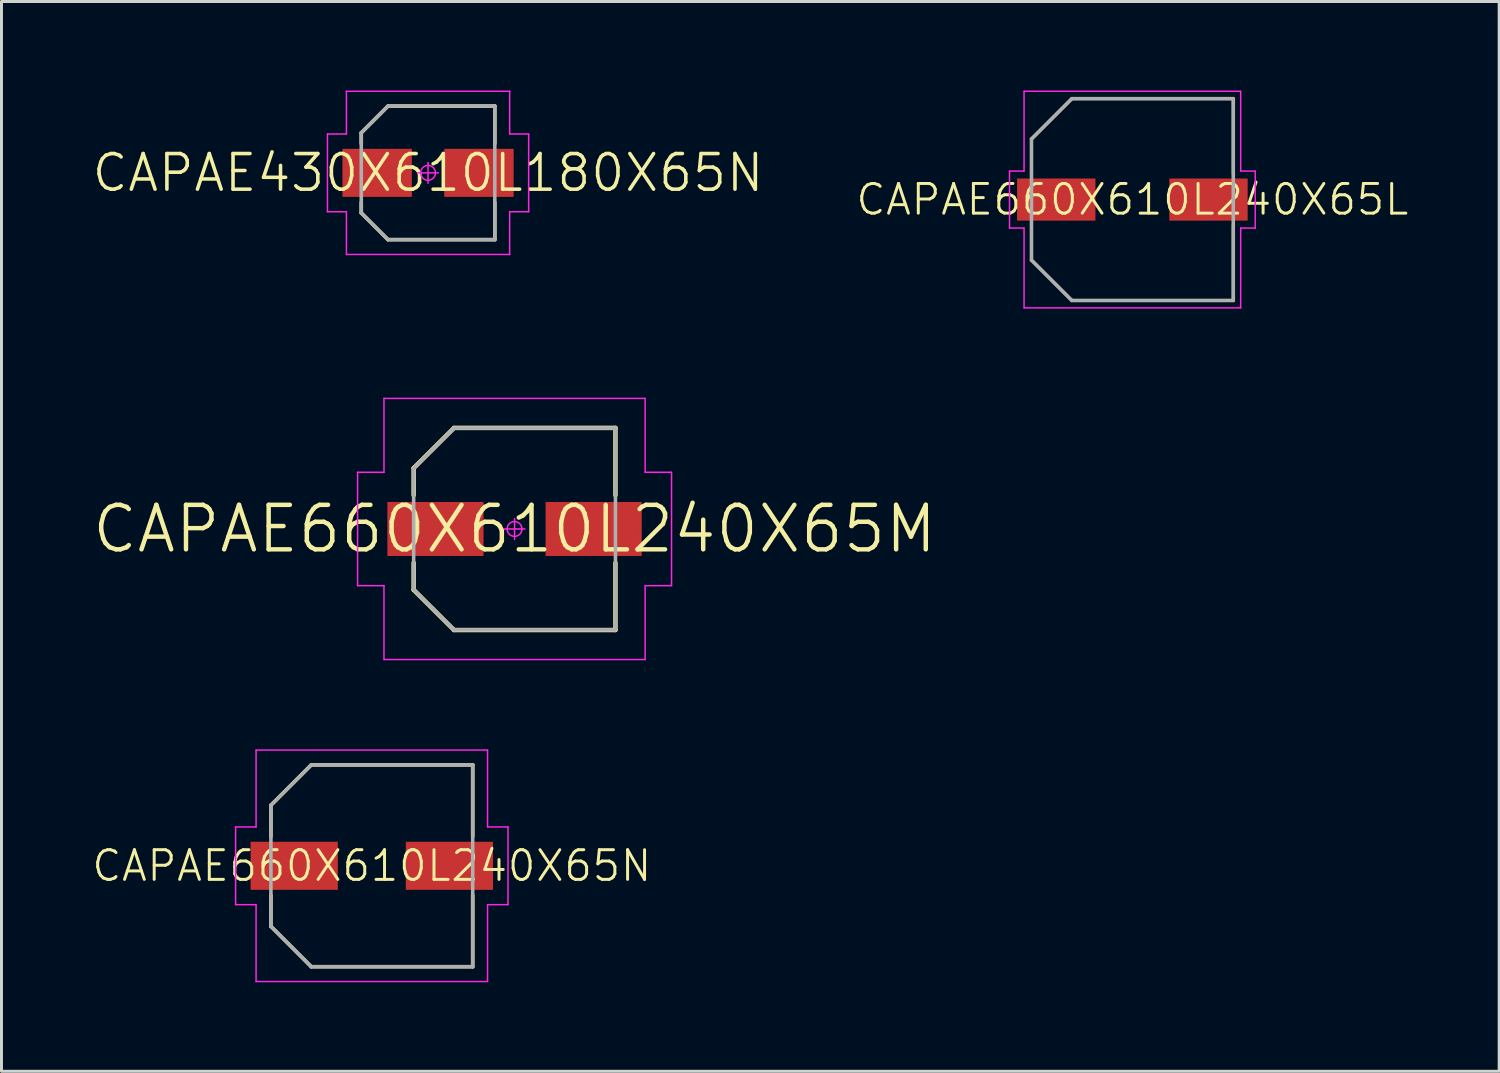
<source format=kicad_pcb>
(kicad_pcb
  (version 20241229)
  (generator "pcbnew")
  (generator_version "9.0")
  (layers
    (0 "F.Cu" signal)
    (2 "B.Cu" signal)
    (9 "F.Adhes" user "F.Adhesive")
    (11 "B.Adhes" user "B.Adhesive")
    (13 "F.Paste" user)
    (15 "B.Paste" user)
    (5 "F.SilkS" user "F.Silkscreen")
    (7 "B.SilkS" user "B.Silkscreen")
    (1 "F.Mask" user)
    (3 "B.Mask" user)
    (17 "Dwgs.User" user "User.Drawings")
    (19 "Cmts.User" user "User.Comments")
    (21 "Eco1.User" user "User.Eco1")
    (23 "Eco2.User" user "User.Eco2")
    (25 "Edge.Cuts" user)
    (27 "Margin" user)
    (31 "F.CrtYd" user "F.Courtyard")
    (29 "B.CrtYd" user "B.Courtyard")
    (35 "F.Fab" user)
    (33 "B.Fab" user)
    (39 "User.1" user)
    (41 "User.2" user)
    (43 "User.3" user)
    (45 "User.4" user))
  (footprint "CAPAE660X610L240X65M"
    (layer "F.Cu")
    (at 14.289 14.775)
    (property "Reference" "CAPAE660X610L240X65M" (at 0 0 0) (layer "F.SilkS") (effects (font (size 1.5 1.5) (thickness 0.15))))
    (attr smd)
    (fp_line (start -3.4 -2.05) (end -3.4 -1.14) (stroke (width 0.15) (type solid)) (layer "F.SilkS"))
    (fp_line (start -3.4 2.05) (end -3.4 1.14) (stroke (width 0.15) (type solid)) (layer "F.SilkS"))
    (fp_line (start -2.04 -3.405) (end -3.4 -2.05) (stroke (width 0.15) (type solid)) (layer "F.SilkS"))
    (fp_line (start -2.04 3.405) (end -3.4 2.05) (stroke (width 0.15) (type solid)) (layer "F.SilkS"))
    (fp_line (start 3.4 -3.405) (end -2.04 -3.405) (stroke (width 0.15) (type solid)) (layer "F.SilkS"))
    (fp_line (start 3.4 -1.14) (end 3.4 -3.405) (stroke (width 0.15) (type solid)) (layer "F.SilkS"))
    (fp_line (start 3.4 1.14) (end 3.4 3.405) (stroke (width 0.15) (type solid)) (layer "F.SilkS"))
    (fp_line (start 3.4 3.405) (end -2.04 3.405) (stroke (width 0.15) (type solid)) (layer "F.SilkS"))
    (fp_line (start -5.29 -1.91) (end -5.29 1.91) (stroke (width 0.05) (type solid)) (layer "F.CrtYd"))
    (fp_line (start -5.29 1.91) (end -4.4 1.91) (stroke (width 0.05) (type solid)) (layer "F.CrtYd"))
    (fp_line (start -4.4 -4.4) (end -4.4 -1.91) (stroke (width 0.05) (type solid)) (layer "F.CrtYd"))
    (fp_line (start -4.4 -1.91) (end -5.29 -1.91) (stroke (width 0.05) (type solid)) (layer "F.CrtYd"))
    (fp_line (start -4.4 1.91) (end -4.4 4.4) (stroke (width 0.05) (type solid)) (layer "F.CrtYd"))
    (fp_line (start -4.4 4.4) (end 4.4 4.4) (stroke (width 0.05) (type solid)) (layer "F.CrtYd"))
    (fp_line (start 0 -0.35) (end 0 0.35) (stroke (width 0.05) (type solid)) (layer "F.CrtYd"))
    (fp_line (start 0.35 0) (end -0.35 0) (stroke (width 0.05) (type solid)) (layer "F.CrtYd"))
    (fp_line (start 4.4 -4.4) (end -4.4 -4.4) (stroke (width 0.05) (type solid)) (layer "F.CrtYd"))
    (fp_line (start 4.4 -1.91) (end 4.4 -4.4) (stroke (width 0.05) (type solid)) (layer "F.CrtYd"))
    (fp_line (start 4.4 1.91) (end 5.29 1.91) (stroke (width 0.05) (type solid)) (layer "F.CrtYd"))
    (fp_line (start 4.4 4.4) (end 4.4 1.91) (stroke (width 0.05) (type solid)) (layer "F.CrtYd"))
    (fp_line (start 5.29 -1.91) (end 4.4 -1.91) (stroke (width 0.05) (type solid)) (layer "F.CrtYd"))
    (fp_line (start 5.29 1.91) (end 5.29 -1.91) (stroke (width 0.05) (type solid)) (layer "F.CrtYd"))
    (fp_circle (center 0 0) (end 0 0.25) (stroke (width 0.05) (type solid)) (fill no) (layer "F.CrtYd"))
    (fp_line (start -3.4 -2.04) (end -2.04 -3.4) (stroke (width 0.12) (type solid)) (layer "F.Fab"))
    (fp_line (start -3.4 2.04) (end -3.4 -2.04) (stroke (width 0.12) (type solid)) (layer "F.Fab"))
    (fp_line (start -2.04 -3.4) (end 3.4 -3.4) (stroke (width 0.12) (type solid)) (layer "F.Fab"))
    (fp_line (start -2.04 3.4) (end -3.4 2.04) (stroke (width 0.12) (type solid)) (layer "F.Fab"))
    (fp_line (start 3.4 -3.4) (end 3.4 3.4) (stroke (width 0.12) (type solid)) (layer "F.Fab"))
    (fp_line (start 3.4 3.4) (end -2.04 3.4) (stroke (width 0.12) (type solid)) (layer "F.Fab"))
    (pad "1" smd rect (at -2.665 0) (size 3.24 1.82) (layers "F.Cu" "F.Mask" "F.Paste"))
    (pad "2" smd rect (at 2.665 0) (size 3.24 1.82) (layers "F.Cu" "F.Mask" "F.Paste")))
  (footprint "CAPAE660X610L240X65L"
    (layer "F.Cu")
    (at 35.108 3.675)
    (property "Reference" "CAPAE660X610L240X65L" (at 0 0 0) (layer "F.SilkS") (effects (font (size 1 1) (thickness 0.1))))
    (attr smd)
    (fp_line (start -3.4 -2.04) (end -3.4 -0.86) (stroke (width 0.1) (type solid)) (layer "F.SilkS"))
    (fp_line (start -3.4 2.04) (end -3.4 0.86) (stroke (width 0.1) (type solid)) (layer "F.SilkS"))
    (fp_line (start -2.04 -3.4) (end -3.4 -2.04) (stroke (width 0.1) (type solid)) (layer "F.SilkS"))
    (fp_line (start -2.04 3.4) (end -3.4 2.04) (stroke (width 0.1) (type solid)) (layer "F.SilkS"))
    (fp_line (start 3.4 -3.4) (end -2.04 -3.4) (stroke (width 0.1) (type solid)) (layer "F.SilkS"))
    (fp_line (start 3.4 -0.86) (end 3.4 -3.4) (stroke (width 0.1) (type solid)) (layer "F.SilkS"))
    (fp_line (start 3.4 0.86) (end 3.4 3.4) (stroke (width 0.1) (type solid)) (layer "F.SilkS"))
    (fp_line (start 3.4 3.4) (end -2.04 3.4) (stroke (width 0.1) (type solid)) (layer "F.SilkS"))
    (fp_line (start -4.14 -0.96) (end -4.14 0.96) (stroke (width 0.05) (type solid)) (layer "F.CrtYd"))
    (fp_line (start -4.14 0.96) (end -3.65 0.96) (stroke (width 0.05) (type solid)) (layer "F.CrtYd"))
    (fp_line (start -3.65 -3.65) (end -3.65 -0.96) (stroke (width 0.05) (type solid)) (layer "F.CrtYd"))
    (fp_line (start -3.65 -0.96) (end -4.14 -0.96) (stroke (width 0.05) (type solid)) (layer "F.CrtYd"))
    (fp_line (start -3.65 0.96) (end -3.65 3.65) (stroke (width 0.05) (type solid)) (layer "F.CrtYd"))
    (fp_line (start -3.65 3.65) (end 3.65 3.65) (stroke (width 0.05) (type solid)) (layer "F.CrtYd"))
    (fp_line (start 3.65 -3.65) (end -3.65 -3.65) (stroke (width 0.05) (type solid)) (layer "F.CrtYd"))
    (fp_line (start 3.65 -0.96) (end 3.65 -3.65) (stroke (width 0.05) (type solid)) (layer "F.CrtYd"))
    (fp_line (start 3.65 0.96) (end 4.14 0.96) (stroke (width 0.05) (type solid)) (layer "F.CrtYd"))
    (fp_line (start 3.65 3.65) (end 3.65 0.96) (stroke (width 0.05) (type solid)) (layer "F.CrtYd"))
    (fp_line (start 4.14 -0.96) (end 3.65 -0.96) (stroke (width 0.05) (type solid)) (layer "F.CrtYd"))
    (fp_line (start 4.14 0.96) (end 4.14 -0.96) (stroke (width 0.05) (type solid)) (layer "F.CrtYd"))
    (fp_line (start -3.4 -2.04) (end -2.04 -3.4) (stroke (width 0.12) (type solid)) (layer "F.Fab"))
    (fp_line (start -3.4 2.04) (end -3.4 -2.04) (stroke (width 0.12) (type solid)) (layer "F.Fab"))
    (fp_line (start -2.04 -3.4) (end 3.4 -3.4) (stroke (width 0.12) (type solid)) (layer "F.Fab"))
    (fp_line (start -2.04 3.4) (end -3.4 2.04) (stroke (width 0.12) (type solid)) (layer "F.Fab"))
    (fp_line (start 3.4 -3.4) (end 3.4 3.4) (stroke (width 0.12) (type solid)) (layer "F.Fab"))
    (fp_line (start 3.4 3.4) (end -2.04 3.4) (stroke (width 0.12) (type solid)) (layer "F.Fab"))
    (pad "1" smd rect (at -2.565 0) (size 2.64 1.42) (layers "F.Cu" "F.Mask" "F.Paste"))
    (pad "2" smd rect (at 2.565 0) (size 2.64 1.42) (layers "F.Cu" "F.Mask" "F.Paste")))
  (footprint "CAPAE430X610L180X65N"
    (layer "F.Cu")
    (at 11.374 2.775)
    (property "Reference" "CAPAE430X610L180X65N" (at 0 0 0) (layer "F.SilkS") (effects (font (size 1.2 1.2) (thickness 0.12))))
    (attr smd)
    (fp_line (start -2.25 -1.35) (end -2.25 -0.99) (stroke (width 0.12) (type solid)) (layer "F.SilkS"))
    (fp_line (start -2.25 1.35) (end -2.25 0.99) (stroke (width 0.12) (type solid)) (layer "F.SilkS"))
    (fp_line (start -1.35 -2.25) (end -2.25 -1.35) (stroke (width 0.12) (type solid)) (layer "F.SilkS"))
    (fp_line (start -1.35 2.25) (end -2.25 1.35) (stroke (width 0.12) (type solid)) (layer "F.SilkS"))
    (fp_line (start 2.25 -2.25) (end -1.35 -2.25) (stroke (width 0.12) (type solid)) (layer "F.SilkS"))
    (fp_line (start 2.25 -0.99) (end 2.25 -2.25) (stroke (width 0.12) (type solid)) (layer "F.SilkS"))
    (fp_line (start 2.25 0.99) (end 2.25 2.25) (stroke (width 0.12) (type solid)) (layer "F.SilkS"))
    (fp_line (start 2.25 2.25) (end -1.35 2.25) (stroke (width 0.12) (type solid)) (layer "F.SilkS"))
    (fp_line (start -3.39 -1.31) (end -3.39 1.31) (stroke (width 0.05) (type solid)) (layer "F.CrtYd"))
    (fp_line (start -3.39 1.31) (end -2.75 1.31) (stroke (width 0.05) (type solid)) (layer "F.CrtYd"))
    (fp_line (start -2.75 -2.75) (end -2.75 -1.31) (stroke (width 0.05) (type solid)) (layer "F.CrtYd"))
    (fp_line (start -2.75 -1.31) (end -3.39 -1.31) (stroke (width 0.05) (type solid)) (layer "F.CrtYd"))
    (fp_line (start -2.75 1.31) (end -2.75 2.75) (stroke (width 0.05) (type solid)) (layer "F.CrtYd"))
    (fp_line (start -2.75 2.75) (end 2.75 2.75) (stroke (width 0.05) (type solid)) (layer "F.CrtYd"))
    (fp_line (start 0 -0.35) (end 0 0.35) (stroke (width 0.05) (type solid)) (layer "F.CrtYd"))
    (fp_line (start 0.35 0) (end -0.35 0) (stroke (width 0.05) (type solid)) (layer "F.CrtYd"))
    (fp_line (start 2.75 -2.75) (end -2.75 -2.75) (stroke (width 0.05) (type solid)) (layer "F.CrtYd"))
    (fp_line (start 2.75 -1.31) (end 2.75 -2.75) (stroke (width 0.05) (type solid)) (layer "F.CrtYd"))
    (fp_line (start 2.75 1.31) (end 3.39 1.31) (stroke (width 0.05) (type solid)) (layer "F.CrtYd"))
    (fp_line (start 2.75 2.75) (end 2.75 1.31) (stroke (width 0.05) (type solid)) (layer "F.CrtYd"))
    (fp_line (start 3.39 -1.31) (end 2.75 -1.31) (stroke (width 0.05) (type solid)) (layer "F.CrtYd"))
    (fp_line (start 3.39 1.31) (end 3.39 -1.31) (stroke (width 0.05) (type solid)) (layer "F.CrtYd"))
    (fp_circle (center 0 0) (end 0 0.25) (stroke (width 0.05) (type solid)) (fill no) (layer "F.CrtYd"))
    (fp_line (start -2.25 -1.35) (end -1.35 -2.25) (stroke (width 0.12) (type solid)) (layer "F.Fab"))
    (fp_line (start -2.25 1.35) (end -2.25 -1.35) (stroke (width 0.12) (type solid)) (layer "F.Fab"))
    (fp_line (start -1.35 -2.25) (end 2.25 -2.25) (stroke (width 0.12) (type solid)) (layer "F.Fab"))
    (fp_line (start -1.35 2.25) (end -2.25 1.35) (stroke (width 0.12) (type solid)) (layer "F.Fab"))
    (fp_line (start 2.25 -2.25) (end 2.25 2.25) (stroke (width 0.12) (type solid)) (layer "F.Fab"))
    (fp_line (start 2.25 2.25) (end -1.35 2.25) (stroke (width 0.12) (type solid)) (layer "F.Fab"))
    (pad "1" smd rect (at -1.715 0) (size 2.34 1.62) (layers "F.Cu" "F.Mask" "F.Paste"))
    (pad "2" smd rect (at 1.715 0) (size 2.34 1.62) (layers "F.Cu" "F.Mask" "F.Paste")))
  (footprint "CAPAE660X610L240X65N"
    (layer "F.Cu")
    (at 9.479 26.125)
    (property "Reference" "CAPAE660X610L240X65N" (at 0 0 0) (layer "F.SilkS") (effects (font (size 1 1) (thickness 0.1))))
    (attr smd)
    (fp_line (start -3.4 -2.04) (end -3.4 -0.99) (stroke (width 0.12) (type solid)) (layer "F.SilkS"))
    (fp_line (start -3.4 2.04) (end -3.4 0.99) (stroke (width 0.12) (type solid)) (layer "F.SilkS"))
    (fp_line (start -2.04 -3.4) (end -3.4 -2.04) (stroke (width 0.12) (type solid)) (layer "F.SilkS"))
    (fp_line (start -2.04 3.4) (end -3.4 2.04) (stroke (width 0.12) (type solid)) (layer "F.SilkS"))
    (fp_line (start 3.4 -3.4) (end -2.04 -3.4) (stroke (width 0.12) (type solid)) (layer "F.SilkS"))
    (fp_line (start 3.4 -0.99) (end 3.4 -3.4) (stroke (width 0.12) (type solid)) (layer "F.SilkS"))
    (fp_line (start 3.4 0.99) (end 3.4 3.4) (stroke (width 0.12) (type solid)) (layer "F.SilkS"))
    (fp_line (start 3.4 3.4) (end -2.04 3.4) (stroke (width 0.12) (type solid)) (layer "F.SilkS"))
    (fp_line (start -4.59 -1.31) (end -4.59 1.31) (stroke (width 0.05) (type solid)) (layer "F.CrtYd"))
    (fp_line (start -4.59 1.31) (end -3.9 1.31) (stroke (width 0.05) (type solid)) (layer "F.CrtYd"))
    (fp_line (start -3.9 -3.9) (end -3.9 -1.31) (stroke (width 0.05) (type solid)) (layer "F.CrtYd"))
    (fp_line (start -3.9 -1.31) (end -4.59 -1.31) (stroke (width 0.05) (type solid)) (layer "F.CrtYd"))
    (fp_line (start -3.9 1.31) (end -3.9 3.9) (stroke (width 0.05) (type solid)) (layer "F.CrtYd"))
    (fp_line (start -3.9 3.9) (end 3.9 3.9) (stroke (width 0.05) (type solid)) (layer "F.CrtYd"))
    (fp_line (start 3.9 -3.9) (end -3.9 -3.9) (stroke (width 0.05) (type solid)) (layer "F.CrtYd"))
    (fp_line (start 3.9 -1.31) (end 3.9 -3.9) (stroke (width 0.05) (type solid)) (layer "F.CrtYd"))
    (fp_line (start 3.9 1.31) (end 4.59 1.31) (stroke (width 0.05) (type solid)) (layer "F.CrtYd"))
    (fp_line (start 3.9 3.9) (end 3.9 1.31) (stroke (width 0.05) (type solid)) (layer "F.CrtYd"))
    (fp_line (start 4.59 -1.31) (end 3.9 -1.31) (stroke (width 0.05) (type solid)) (layer "F.CrtYd"))
    (fp_line (start 4.59 1.31) (end 4.59 -1.31) (stroke (width 0.05) (type solid)) (layer "F.CrtYd"))
    (fp_line (start -3.4 -2.04) (end -2.04 -3.4) (stroke (width 0.12) (type solid)) (layer "F.Fab"))
    (fp_line (start -3.4 2.04) (end -3.4 -2.04) (stroke (width 0.12) (type solid)) (layer "F.Fab"))
    (fp_line (start -2.04 -3.4) (end 3.4 -3.4) (stroke (width 0.12) (type solid)) (layer "F.Fab"))
    (fp_line (start -2.04 3.4) (end -3.4 2.04) (stroke (width 0.12) (type solid)) (layer "F.Fab"))
    (fp_line (start 3.4 -3.4) (end 3.4 3.4) (stroke (width 0.12) (type solid)) (layer "F.Fab"))
    (fp_line (start 3.4 3.4) (end -2.04 3.4) (stroke (width 0.12) (type solid)) (layer "F.Fab"))
    (pad "1" smd rect (at -2.615 0) (size 2.94 1.62) (layers "F.Cu" "F.Mask" "F.Paste"))
    (pad "2" smd rect (at 2.615 0) (size 2.94 1.62) (layers "F.Cu" "F.Mask" "F.Paste")))
  (gr_rect
    (start -3 -3)
    (end 47.468 33.05)
    (stroke (width 0.1) (type default))
    (fill no)
    (layer "Edge.Cuts")))
</source>
